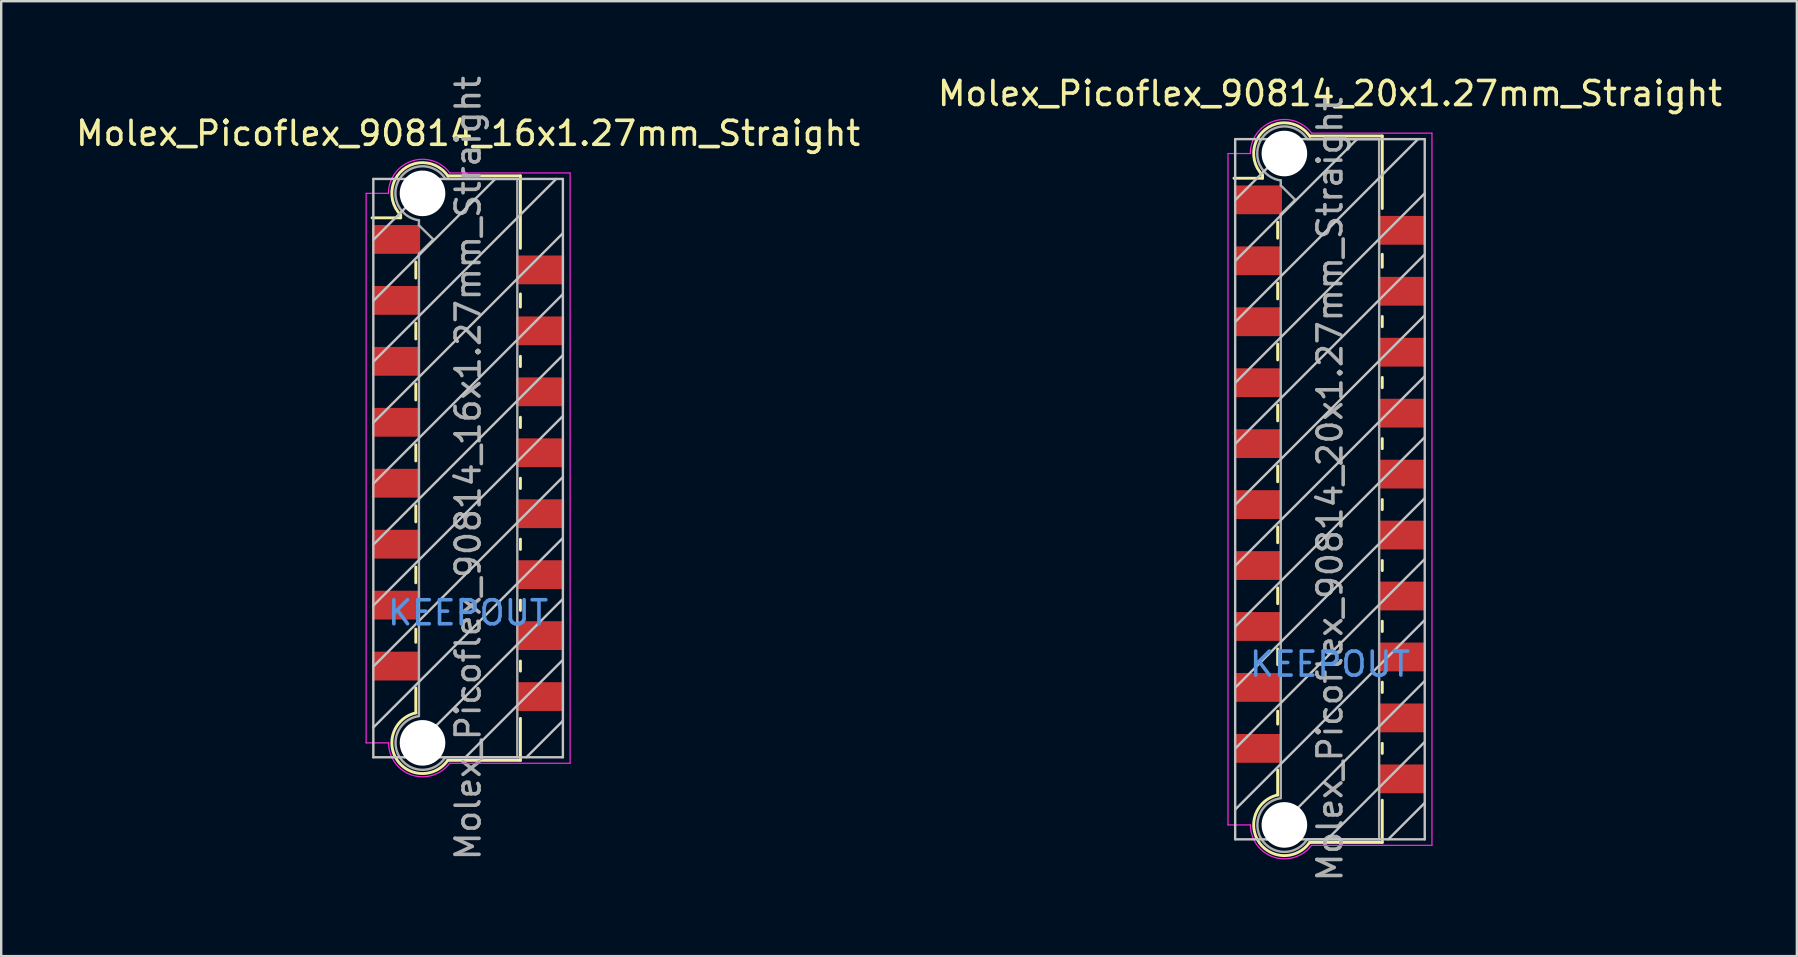
<source format=kicad_pcb>
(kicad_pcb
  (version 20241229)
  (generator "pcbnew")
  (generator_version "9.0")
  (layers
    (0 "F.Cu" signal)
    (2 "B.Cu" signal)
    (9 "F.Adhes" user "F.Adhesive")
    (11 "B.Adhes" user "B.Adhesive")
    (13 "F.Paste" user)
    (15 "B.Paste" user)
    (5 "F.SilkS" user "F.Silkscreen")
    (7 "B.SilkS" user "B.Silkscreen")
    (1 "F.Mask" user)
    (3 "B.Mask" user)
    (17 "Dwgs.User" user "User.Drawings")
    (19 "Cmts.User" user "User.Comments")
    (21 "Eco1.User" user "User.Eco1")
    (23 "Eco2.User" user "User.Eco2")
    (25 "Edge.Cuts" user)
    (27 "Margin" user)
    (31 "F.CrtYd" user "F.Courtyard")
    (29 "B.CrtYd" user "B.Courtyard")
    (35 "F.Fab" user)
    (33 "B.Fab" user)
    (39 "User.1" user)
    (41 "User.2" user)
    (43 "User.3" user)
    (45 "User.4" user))
  (footprint "Molex_Picoflex_90814_16x1.27mm_Straight"
    (layer "F.Cu")
    (at 16.458 16.458)
    (property "Reference" "Molex_Picoflex_90814_16x1.27mm_Straight" (at 0 -13.95 0) (layer "F.SilkS") (effects (font (size 1 1) (thickness 0.15))))
    (attr smd)
    (fp_line (start -2.81 -10.55) (end -2.81 -10.43) (stroke (width 0.12) (type solid)) (layer "F.SilkS"))
    (fp_line (start -2.81 -10.43) (end -4 -10.43) (stroke (width 0.12) (type solid)) (layer "F.SilkS"))
    (fp_line (start -2.18 -7.92) (end -2.18 -8.59) (stroke (width 0.12) (type solid)) (layer "F.SilkS"))
    (fp_line (start -2.18 -5.38) (end -2.18 -6.04) (stroke (width 0.12) (type solid)) (layer "F.SilkS"))
    (fp_line (start -2.18 -2.84) (end -2.18 -3.51) (stroke (width 0.12) (type solid)) (layer "F.SilkS"))
    (fp_line (start -2.18 -0.3) (end -2.18 -0.97) (stroke (width 0.12) (type solid)) (layer "F.SilkS"))
    (fp_line (start -2.18 2.24) (end -2.18 1.57) (stroke (width 0.12) (type solid)) (layer "F.SilkS"))
    (fp_line (start -2.18 4.78) (end -2.18 4.12) (stroke (width 0.12) (type solid)) (layer "F.SilkS"))
    (fp_line (start -2.18 7.26) (end -2.18 6.71) (stroke (width 0.12) (type solid)) (layer "F.SilkS"))
    (fp_line (start -2.18 10.2) (end -2.18 9.16) (stroke (width 0.12) (type solid)) (layer "F.SilkS"))
    (fp_line (start 2.18 -12.18) (end -0.82 -12.18) (stroke (width 0.12) (type solid)) (layer "F.SilkS"))
    (fp_line (start 2.18 -12.18) (end 2.18 -9.16) (stroke (width 0.12) (type solid)) (layer "F.SilkS"))
    (fp_line (start 2.18 -7.26) (end 2.18 -6.71) (stroke (width 0.12) (type solid)) (layer "F.SilkS"))
    (fp_line (start 2.18 -4.66) (end 2.18 -4.23) (stroke (width 0.12) (type solid)) (layer "F.SilkS"))
    (fp_line (start 2.18 -2.12) (end 2.18 -1.69) (stroke (width 0.12) (type solid)) (layer "F.SilkS"))
    (fp_line (start 2.18 0.42) (end 2.18 0.85) (stroke (width 0.12) (type solid)) (layer "F.SilkS"))
    (fp_line (start 2.18 2.96) (end 2.18 3.39) (stroke (width 0.12) (type solid)) (layer "F.SilkS"))
    (fp_line (start 2.18 5.5) (end 2.18 5.93) (stroke (width 0.12) (type solid)) (layer "F.SilkS"))
    (fp_line (start 2.18 8.04) (end 2.18 8.46) (stroke (width 0.12) (type solid)) (layer "F.SilkS"))
    (fp_line (start 2.18 10.43) (end 2.18 12.18) (stroke (width 0.12) (type solid)) (layer "F.SilkS"))
    (fp_line (start 2.18 12.18) (end -0.85 12.18) (stroke (width 0.12) (type solid)) (layer "F.SilkS"))
    (fp_arc (start -2.81 -10.55) (mid -2.708637 -12.442072) (end -0.834991 -12.159828) (stroke (width 0.12) (type solid)) (layer "F.SilkS"))
    (fp_arc (start -0.85 12.18) (mid -2.962791 12.161248) (end -2.174424 10.200964) (stroke (width 0.12) (type solid)) (layer "F.SilkS"))
    (fp_line (start -3.95 -12.05) (end -3.95 12.05) (stroke (width 0.1) (type solid)) (layer "Dwgs.User"))
    (fp_line (start -3.95 -9.51) (end -1.41 -12.05) (stroke (width 0.1) (type solid)) (layer "Dwgs.User"))
    (fp_line (start -3.95 -6.97) (end 1.13 -12.05) (stroke (width 0.1) (type solid)) (layer "Dwgs.User"))
    (fp_line (start -3.95 -4.43) (end 3.67 -12.05) (stroke (width 0.1) (type solid)) (layer "Dwgs.User"))
    (fp_line (start -3.95 -1.89) (end 3.95 -9.79) (stroke (width 0.1) (type solid)) (layer "Dwgs.User"))
    (fp_line (start -3.95 0.65) (end 3.95 -7.25) (stroke (width 0.1) (type solid)) (layer "Dwgs.User"))
    (fp_line (start -3.95 3.19) (end 3.95 -4.71) (stroke (width 0.1) (type solid)) (layer "Dwgs.User"))
    (fp_line (start -3.95 5.73) (end 3.95 -2.17) (stroke (width 0.1) (type solid)) (layer "Dwgs.User"))
    (fp_line (start -3.95 8.27) (end 3.95 0.37) (stroke (width 0.1) (type solid)) (layer "Dwgs.User"))
    (fp_line (start -3.95 10.81) (end 3.95 2.91) (stroke (width 0.1) (type solid)) (layer "Dwgs.User"))
    (fp_line (start -3.95 12.05) (end 3.95 12.05) (stroke (width 0.1) (type solid)) (layer "Dwgs.User"))
    (fp_line (start -2.65 12.05) (end 3.95 5.45) (stroke (width 0.1) (type solid)) (layer "Dwgs.User"))
    (fp_line (start -0.11 12.05) (end 3.95 7.99) (stroke (width 0.1) (type solid)) (layer "Dwgs.User"))
    (fp_line (start 2.43 12.05) (end 3.95 10.53) (stroke (width 0.1) (type solid)) (layer "Dwgs.User"))
    (fp_line (start 3.95 -12.05) (end -3.95 -12.05) (stroke (width 0.1) (type solid)) (layer "Dwgs.User"))
    (fp_line (start 3.95 12.05) (end 3.95 -12.05) (stroke (width 0.1) (type solid)) (layer "Dwgs.User"))
    (fp_line (start -4.25 11.45) (end -4.25 -11.45) (stroke (width 0.05) (type solid)) (layer "F.CrtYd"))
    (fp_line (start -3.32 -11.45) (end -4.25 -11.45) (stroke (width 0.05) (type solid)) (layer "F.CrtYd"))
    (fp_line (start -3.32 11.45) (end -4.25 11.45) (stroke (width 0.05) (type solid)) (layer "F.CrtYd"))
    (fp_line (start 4.25 -12.3) (end -0.76 -12.3) (stroke (width 0.05) (type solid)) (layer "F.CrtYd"))
    (fp_line (start 4.25 -12.3) (end 4.25 12.3) (stroke (width 0.05) (type solid)) (layer "F.CrtYd"))
    (fp_line (start 4.25 12.3) (end -0.77 12.3) (stroke (width 0.05) (type solid)) (layer "F.CrtYd"))
    (fp_arc (start -3.32 -11.45) (mid -2.344692 -12.798573) (end -0.758523 -12.294648) (stroke (width 0.05) (type solid)) (layer "F.CrtYd"))
    (fp_arc (start -0.77 12.3) (mid -2.348691 12.790924) (end -3.314001 11.448743) (stroke (width 0.05) (type solid)) (layer "F.CrtYd"))
    (fp_line (start -2.05 -10.12) (end -2.05 -10.33) (stroke (width 0.1) (type solid)) (layer "F.Fab"))
    (fp_line (start -2.05 -8.93) (end -1.45 -9.53) (stroke (width 0.1) (type solid)) (layer "F.Fab"))
    (fp_line (start -2.05 10.33) (end -2.05 -8.93) (stroke (width 0.1) (type solid)) (layer "F.Fab"))
    (fp_line (start -1.45 -9.53) (end -2.05 -10.12) (stroke (width 0.1) (type solid)) (layer "F.Fab"))
    (fp_line (start 2.05 -12.05) (end -0.93 -12.05) (stroke (width 0.1) (type solid)) (layer "F.Fab"))
    (fp_line (start 2.05 -12.05) (end 2.05 12.05) (stroke (width 0.1) (type solid)) (layer "F.Fab"))
    (fp_line (start 2.05 12.05) (end -0.95 12.05) (stroke (width 0.1) (type solid)) (layer "F.Fab"))
    (fp_arc (start -2.05 -10.33) (mid -2.851672 -12.059279) (end -0.945612 -12.055015) (stroke (width 0.1) (type solid)) (layer "F.Fab"))
    (fp_arc (start -0.95 12.05) (mid -2.845272 12.057422) (end -2.051022 10.336585) (stroke (width 0.1) (type solid)) (layer "F.Fab"))
    (fp_text user "KEEPOUT" (at 0 6.03 0) (layer "Cmts.User") (effects (font (size 1 1) (thickness 0.15))))
    (fp_text user "${REFERENCE}" (at 0 0 90) (layer "F.Fab") (effects (font (size 1 1) (thickness 0.15))))
    (pad "" np_thru_hole circle (at -1.9 -11.45) (size 1.9 1.9) (drill 1.9) (layers "*.Cu"))
    (pad "" np_thru_hole circle (at -1.9 11.45) (size 1.9 1.9) (drill 1.9) (layers "*.Cu"))
    (pad "1" smd rect (at -3 -9.53) (size 2 1.2) (layers "F.Cu" "F.Mask" "F.Paste"))
    (pad "2" smd rect (at 3 -8.26) (size 2 1.2) (layers "F.Cu" "F.Mask" "F.Paste"))
    (pad "3" smd rect (at -3 -6.99) (size 2 1.2) (layers "F.Cu" "F.Mask" "F.Paste"))
    (pad "4" smd rect (at 3 -5.72) (size 2 1.2) (layers "F.Cu" "F.Mask" "F.Paste"))
    (pad "5" smd rect (at -3 -4.45) (size 2 1.2) (layers "F.Cu" "F.Mask" "F.Paste"))
    (pad "6" smd rect (at 3 -3.18) (size 2 1.2) (layers "F.Cu" "F.Mask" "F.Paste"))
    (pad "7" smd rect (at -3 -1.91) (size 2 1.2) (layers "F.Cu" "F.Mask" "F.Paste"))
    (pad "8" smd rect (at 3 -0.64) (size 2 1.2) (layers "F.Cu" "F.Mask" "F.Paste"))
    (pad "9" smd rect (at -3 0.63) (size 2 1.2) (layers "F.Cu" "F.Mask" "F.Paste"))
    (pad "10" smd rect (at 3 1.9) (size 2 1.2) (layers "F.Cu" "F.Mask" "F.Paste"))
    (pad "11" smd rect (at -3 3.17) (size 2 1.2) (layers "F.Cu" "F.Mask" "F.Paste"))
    (pad "12" smd rect (at 3 4.44) (size 2 1.2) (layers "F.Cu" "F.Mask" "F.Paste"))
    (pad "13" smd rect (at -3 5.71) (size 2 1.2) (layers "F.Cu" "F.Mask" "F.Paste"))
    (pad "14" smd rect (at 3 6.98) (size 2 1.2) (layers "F.Cu" "F.Mask" "F.Paste"))
    (pad "15" smd rect (at -3 8.25) (size 2 1.2) (layers "F.Cu" "F.Mask" "F.Paste"))
    (pad "16" smd rect (at 3 9.52) (size 2 1.2) (layers "F.Cu" "F.Mask" "F.Paste")))
  (footprint "Molex_Picoflex_90814_20x1.27mm_Straight"
    (layer "F.Cu")
    (at 52.375 17.338)
    (property "Reference" "Molex_Picoflex_90814_20x1.27mm_Straight" (at 0 -16.49 0) (layer "F.SilkS") (effects (font (size 1 1) (thickness 0.15))))
    (attr smd)
    (fp_line (start -2.81 -13.09) (end -2.81 -12.96) (stroke (width 0.12) (type solid)) (layer "F.SilkS"))
    (fp_line (start -2.81 -12.96) (end -4 -12.96) (stroke (width 0.12) (type solid)) (layer "F.SilkS"))
    (fp_line (start -2.18 -10.46) (end -2.18 -11.13) (stroke (width 0.12) (type solid)) (layer "F.SilkS"))
    (fp_line (start -2.18 -7.93) (end -2.18 -8.59) (stroke (width 0.12) (type solid)) (layer "F.SilkS"))
    (fp_line (start -2.18 -5.39) (end -2.18 -6.05) (stroke (width 0.12) (type solid)) (layer "F.SilkS"))
    (fp_line (start -2.18 -2.85) (end -2.18 -3.51) (stroke (width 0.12) (type solid)) (layer "F.SilkS"))
    (fp_line (start -2.18 -0.31) (end -2.18 -0.97) (stroke (width 0.12) (type solid)) (layer "F.SilkS"))
    (fp_line (start -2.18 2.23) (end -2.18 1.57) (stroke (width 0.12) (type solid)) (layer "F.SilkS"))
    (fp_line (start -2.18 4.77) (end -2.18 4.11) (stroke (width 0.12) (type solid)) (layer "F.SilkS"))
    (fp_line (start -2.18 7.31) (end -2.18 6.65) (stroke (width 0.12) (type solid)) (layer "F.SilkS"))
    (fp_line (start -2.18 9.79) (end -2.18 9.25) (stroke (width 0.12) (type solid)) (layer "F.SilkS"))
    (fp_line (start -2.18 12.74) (end -2.18 11.7) (stroke (width 0.12) (type solid)) (layer "F.SilkS"))
    (fp_line (start 2.18 -14.72) (end -0.82 -14.72) (stroke (width 0.12) (type solid)) (layer "F.SilkS"))
    (fp_line (start 2.18 -14.72) (end 2.18 -11.7) (stroke (width 0.12) (type solid)) (layer "F.SilkS"))
    (fp_line (start 2.18 -9.79) (end 2.18 -9.25) (stroke (width 0.12) (type solid)) (layer "F.SilkS"))
    (fp_line (start 2.18 -7.2) (end 2.18 -6.77) (stroke (width 0.12) (type solid)) (layer "F.SilkS"))
    (fp_line (start 2.18 -4.66) (end 2.18 -4.23) (stroke (width 0.12) (type solid)) (layer "F.SilkS"))
    (fp_line (start 2.18 -2.11) (end 2.18 -1.69) (stroke (width 0.12) (type solid)) (layer "F.SilkS"))
    (fp_line (start 2.18 0.43) (end 2.18 0.85) (stroke (width 0.12) (type solid)) (layer "F.SilkS"))
    (fp_line (start 2.18 2.97) (end 2.18 3.39) (stroke (width 0.12) (type solid)) (layer "F.SilkS"))
    (fp_line (start 2.18 5.5) (end 2.18 5.93) (stroke (width 0.12) (type solid)) (layer "F.SilkS"))
    (fp_line (start 2.18 8.04) (end 2.18 8.47) (stroke (width 0.12) (type solid)) (layer "F.SilkS"))
    (fp_line (start 2.18 10.59) (end 2.18 11.01) (stroke (width 0.12) (type solid)) (layer "F.SilkS"))
    (fp_line (start 2.18 12.96) (end 2.18 14.72) (stroke (width 0.12) (type solid)) (layer "F.SilkS"))
    (fp_line (start 2.18 14.72) (end -0.85 14.72) (stroke (width 0.12) (type solid)) (layer "F.SilkS"))
    (fp_arc (start -2.81 -13.09) (mid -2.708637 -14.982072) (end -0.834991 -14.699828) (stroke (width 0.12) (type solid)) (layer "F.SilkS"))
    (fp_arc (start -0.85 14.72) (mid -2.962791 14.701248) (end -2.174424 12.740964) (stroke (width 0.12) (type solid)) (layer "F.SilkS"))
    (fp_line (start -3.95 -14.59) (end -3.95 14.59) (stroke (width 0.1) (type solid)) (layer "Dwgs.User"))
    (fp_line (start -3.95 -12.05) (end -1.41 -14.59) (stroke (width 0.1) (type solid)) (layer "Dwgs.User"))
    (fp_line (start -3.95 -9.51) (end 1.13 -14.59) (stroke (width 0.1) (type solid)) (layer "Dwgs.User"))
    (fp_line (start -3.95 -6.97) (end 3.67 -14.59) (stroke (width 0.1) (type solid)) (layer "Dwgs.User"))
    (fp_line (start -3.95 -4.43) (end 3.95 -12.33) (stroke (width 0.1) (type solid)) (layer "Dwgs.User"))
    (fp_line (start -3.95 -1.89) (end 3.95 -9.79) (stroke (width 0.1) (type solid)) (layer "Dwgs.User"))
    (fp_line (start -3.95 0.65) (end 3.95 -7.25) (stroke (width 0.1) (type solid)) (layer "Dwgs.User"))
    (fp_line (start -3.95 3.19) (end 3.95 -4.71) (stroke (width 0.1) (type solid)) (layer "Dwgs.User"))
    (fp_line (start -3.95 5.73) (end 3.95 -2.17) (stroke (width 0.1) (type solid)) (layer "Dwgs.User"))
    (fp_line (start -3.95 8.27) (end 3.95 0.37) (stroke (width 0.1) (type solid)) (layer "Dwgs.User"))
    (fp_line (start -3.95 10.81) (end 3.95 2.91) (stroke (width 0.1) (type solid)) (layer "Dwgs.User"))
    (fp_line (start -3.95 13.35) (end 3.95 5.45) (stroke (width 0.1) (type solid)) (layer "Dwgs.User"))
    (fp_line (start -3.95 14.59) (end 3.95 14.59) (stroke (width 0.1) (type solid)) (layer "Dwgs.User"))
    (fp_line (start -2.65 14.59) (end 3.95 7.99) (stroke (width 0.1) (type solid)) (layer "Dwgs.User"))
    (fp_line (start -0.11 14.59) (end 3.95 10.53) (stroke (width 0.1) (type solid)) (layer "Dwgs.User"))
    (fp_line (start 2.43 14.59) (end 3.95 13.07) (stroke (width 0.1) (type solid)) (layer "Dwgs.User"))
    (fp_line (start 3.95 -14.59) (end -3.95 -14.59) (stroke (width 0.1) (type solid)) (layer "Dwgs.User"))
    (fp_line (start 3.95 14.59) (end 3.95 -14.59) (stroke (width 0.1) (type solid)) (layer "Dwgs.User"))
    (fp_line (start -4.25 13.99) (end -4.25 -13.99) (stroke (width 0.05) (type solid)) (layer "F.CrtYd"))
    (fp_line (start -3.32 -13.99) (end -4.25 -13.99) (stroke (width 0.05) (type solid)) (layer "F.CrtYd"))
    (fp_line (start -3.32 13.99) (end -4.25 13.99) (stroke (width 0.05) (type solid)) (layer "F.CrtYd"))
    (fp_line (start 4.25 -14.84) (end -0.76 -14.84) (stroke (width 0.05) (type solid)) (layer "F.CrtYd"))
    (fp_line (start 4.25 -14.84) (end 4.25 14.84) (stroke (width 0.05) (type solid)) (layer "F.CrtYd"))
    (fp_line (start 4.25 14.84) (end -0.77 14.84) (stroke (width 0.05) (type solid)) (layer "F.CrtYd"))
    (fp_arc (start -3.32 -13.99) (mid -2.344692 -15.338573) (end -0.758523 -14.834648) (stroke (width 0.05) (type solid)) (layer "F.CrtYd"))
    (fp_arc (start -0.77 14.84) (mid -2.348691 15.330924) (end -3.314001 13.988743) (stroke (width 0.05) (type solid)) (layer "F.CrtYd"))
    (fp_line (start -2.05 -12.66) (end -2.05 -12.87) (stroke (width 0.1) (type solid)) (layer "F.Fab"))
    (fp_line (start -2.05 -11.46) (end -1.45 -12.06) (stroke (width 0.1) (type solid)) (layer "F.Fab"))
    (fp_line (start -2.05 12.87) (end -2.05 -11.46) (stroke (width 0.1) (type solid)) (layer "F.Fab"))
    (fp_line (start -1.45 -12.06) (end -2.05 -12.66) (stroke (width 0.1) (type solid)) (layer "F.Fab"))
    (fp_line (start 2.05 -14.59) (end -0.93 -14.59) (stroke (width 0.1) (type solid)) (layer "F.Fab"))
    (fp_line (start 2.05 -14.59) (end 2.05 14.59) (stroke (width 0.1) (type solid)) (layer "F.Fab"))
    (fp_line (start 2.05 14.59) (end -0.95 14.59) (stroke (width 0.1) (type solid)) (layer "F.Fab"))
    (fp_arc (start -2.05 -12.87) (mid -2.851672 -14.599279) (end -0.945612 -14.595015) (stroke (width 0.1) (type solid)) (layer "F.Fab"))
    (fp_arc (start -0.95 14.59) (mid -2.845272 14.597422) (end -2.051022 12.876585) (stroke (width 0.1) (type solid)) (layer "F.Fab"))
    (fp_text user "KEEPOUT" (at 0 7.29 0) (layer "Cmts.User") (effects (font (size 1 1) (thickness 0.15))))
    (fp_text user "${REFERENCE}" (at 0 0 90) (layer "F.Fab") (effects (font (size 1 1) (thickness 0.15))))
    (pad "" np_thru_hole circle (at -1.9 -13.99) (size 1.9 1.9) (drill 1.9) (layers "*.Cu"))
    (pad "" np_thru_hole circle (at -1.9 13.99) (size 1.9 1.9) (drill 1.9) (layers "*.Cu"))
    (pad "1" smd rect (at -3 -12.06) (size 2 1.2) (layers "F.Cu" "F.Mask" "F.Paste"))
    (pad "2" smd rect (at 3 -10.79) (size 2 1.2) (layers "F.Cu" "F.Mask" "F.Paste"))
    (pad "3" smd rect (at -3 -9.52) (size 2 1.2) (layers "F.Cu" "F.Mask" "F.Paste"))
    (pad "4" smd rect (at 3 -8.25) (size 2 1.2) (layers "F.Cu" "F.Mask" "F.Paste"))
    (pad "5" smd rect (at -3 -6.98) (size 2 1.2) (layers "F.Cu" "F.Mask" "F.Paste"))
    (pad "6" smd rect (at 3 -5.71) (size 2 1.2) (layers "F.Cu" "F.Mask" "F.Paste"))
    (pad "7" smd rect (at -3 -4.44) (size 2 1.2) (layers "F.Cu" "F.Mask" "F.Paste"))
    (pad "8" smd rect (at 3 -3.17) (size 2 1.2) (layers "F.Cu" "F.Mask" "F.Paste"))
    (pad "9" smd rect (at -3 -1.9) (size 2 1.2) (layers "F.Cu" "F.Mask" "F.Paste"))
    (pad "10" smd rect (at 3 -0.63) (size 2 1.2) (layers "F.Cu" "F.Mask" "F.Paste"))
    (pad "11" smd rect (at -3 0.64) (size 2 1.2) (layers "F.Cu" "F.Mask" "F.Paste"))
    (pad "12" smd rect (at 3 1.91) (size 2 1.2) (layers "F.Cu" "F.Mask" "F.Paste"))
    (pad "13" smd rect (at -3 3.18) (size 2 1.2) (layers "F.Cu" "F.Mask" "F.Paste"))
    (pad "14" smd rect (at 3 4.45) (size 2 1.2) (layers "F.Cu" "F.Mask" "F.Paste"))
    (pad "15" smd rect (at -3 5.72) (size 2 1.2) (layers "F.Cu" "F.Mask" "F.Paste"))
    (pad "16" smd rect (at 3 6.99) (size 2 1.2) (layers "F.Cu" "F.Mask" "F.Paste"))
    (pad "17" smd rect (at -3 8.26) (size 2 1.2) (layers "F.Cu" "F.Mask" "F.Paste"))
    (pad "18" smd rect (at 3 9.53) (size 2 1.2) (layers "F.Cu" "F.Mask" "F.Paste"))
    (pad "19" smd rect (at -3 10.8) (size 2 1.2) (layers "F.Cu" "F.Mask" "F.Paste"))
    (pad "20" smd rect (at 3 12.07) (size 2 1.2) (layers "F.Cu" "F.Mask" "F.Paste")))
  (gr_rect
    (start -3 -3)
    (end 71.833 36.797)
    (stroke (width 0.1) (type default))
    (fill no)
    (layer "Edge.Cuts")))
</source>
